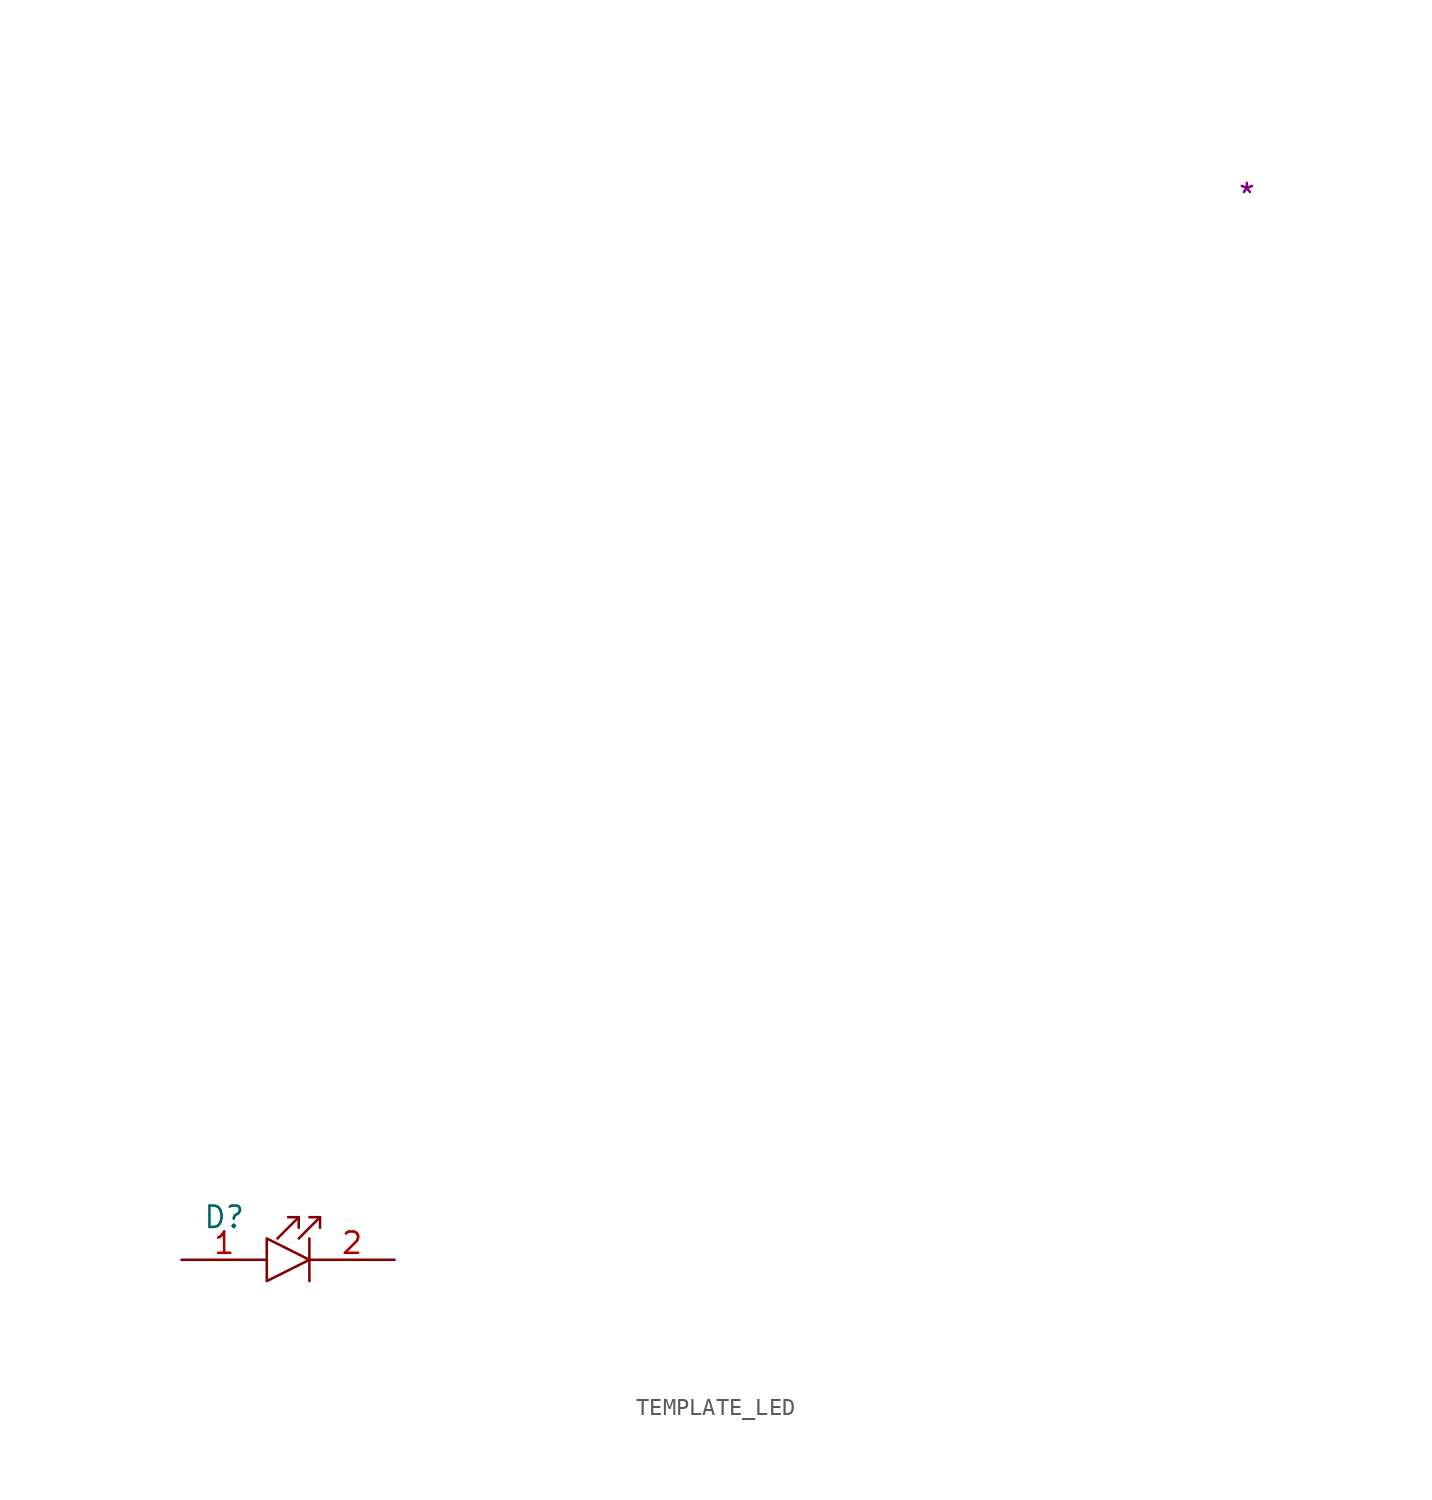
<source format=kicad_sym>
(kicad_symbol_lib
  (version 20241209)
  (generator "kicad_symbol_editor")
  (generator_version "9.0")
  (symbol "TEMPLATE_LED"
    (pin_names
      (offset 1.016))
    (property "Reference" "D"
      (at -2.54 2.54 0)
      (effects (font (size 1.27 1.27))))
    (property "_Value_" "*"
      (at 58.42 63.5 0)
      (effects (font (size 1.27 1.27))))
    (symbol "TEMPLATE_LED_0_1"
      (polyline (pts (xy 0 1.27) (xy 0 -1.27) (xy 2.54 0) (xy 0 1.27)) (stroke (width 0) (type solid)) (fill (type none)))
      (polyline (pts (xy 0.635 1.27) (xy 1.905 2.54)) (stroke (width 0) (type solid)) (fill (type none)))
      (polyline (pts (xy 1.905 2.54) (xy 1.27 2.54)) (stroke (width 0) (type solid)) (fill (type none)))
      (polyline (pts (xy 1.905 2.54) (xy 1.905 1.905)) (stroke (width 0) (type solid)) (fill (type none)))
      (polyline (pts (xy 1.905 1.27) (xy 3.175 2.54) (xy 2.54 2.54)) (stroke (width 0) (type solid)) (fill (type none)))
      (polyline (pts (xy 2.54 -1.27) (xy 2.54 1.27)) (stroke (width 0) (type solid)) (fill (type none)))
      (polyline (pts (xy 3.175 2.54) (xy 3.175 1.905)) (stroke (width 0) (type solid)) (fill (type none))))
    (symbol "TEMPLATE_LED_1_1"
      (pin passive line (at -5.08 0 0) (length 5.08) (name "~" (effects (font (size 1.27 1.27)))) (number "1" (effects (font (size 1.27 1.27)))))
      (pin passive line (at 7.62 0 180) (length 5.08) (name "~" (effects (font (size 1.27 1.27)))) (number "2" (effects (font (size 1.27 1.27))))))))
</source>
